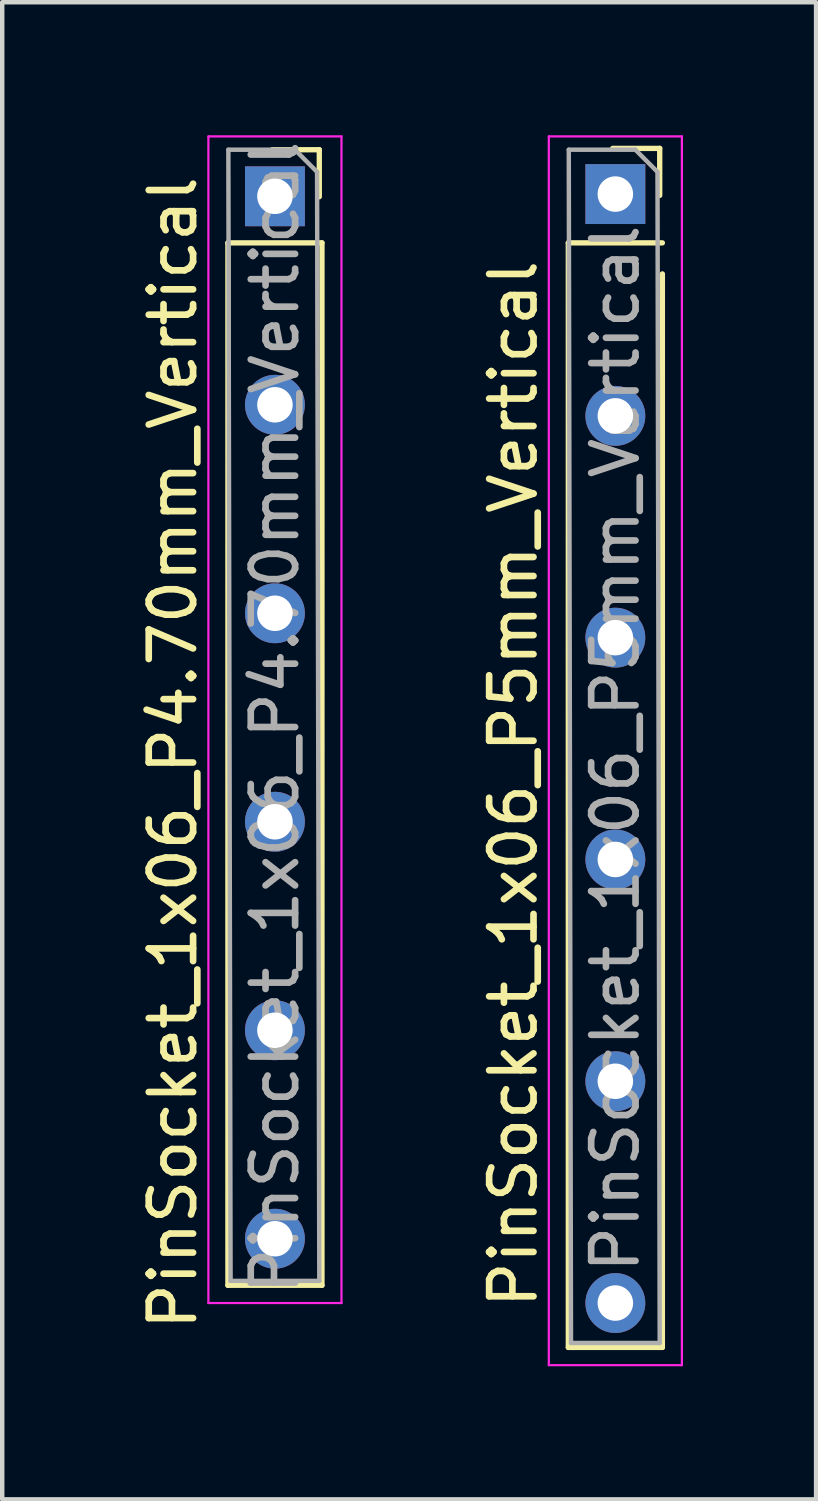
<source format=kicad_pcb>
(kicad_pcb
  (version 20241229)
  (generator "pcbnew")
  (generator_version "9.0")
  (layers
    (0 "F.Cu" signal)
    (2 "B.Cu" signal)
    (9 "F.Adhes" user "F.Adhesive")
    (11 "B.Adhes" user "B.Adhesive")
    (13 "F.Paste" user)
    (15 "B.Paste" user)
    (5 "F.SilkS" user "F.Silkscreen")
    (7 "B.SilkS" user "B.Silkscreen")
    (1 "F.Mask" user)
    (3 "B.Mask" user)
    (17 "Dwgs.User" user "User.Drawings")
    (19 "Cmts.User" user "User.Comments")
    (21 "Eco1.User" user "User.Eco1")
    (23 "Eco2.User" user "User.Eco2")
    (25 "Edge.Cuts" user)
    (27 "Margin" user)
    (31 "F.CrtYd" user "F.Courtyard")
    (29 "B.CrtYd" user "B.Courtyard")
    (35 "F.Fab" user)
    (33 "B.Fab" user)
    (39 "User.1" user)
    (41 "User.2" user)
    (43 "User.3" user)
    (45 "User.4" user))
  (footprint "PinSocket_1x06_P4.70mm_Vertical"
    (layer "F.Cu")
    (at 3.148 13.125)
    (property "Reference" "PinSocket_1x06_P4.70mm_Vertical" (at -2.3 0.8 90) (layer "F.SilkS") (effects (font (size 1 1) (thickness 0.15))))
    (attr through_hole)
    (fp_line (start -1.06 -10.7) (end -1.06 12.8) (stroke (width 0.12) (type solid)) (layer "F.SilkS"))
    (fp_line (start -1.06 -10.7) (end 1.06 -10.7) (stroke (width 0.12) (type solid)) (layer "F.SilkS"))
    (fp_line (start -1.06 12.8) (end 1.06 12.8) (stroke (width 0.12) (type solid)) (layer "F.SilkS"))
    (fp_line (start -0.06 -12.8) (end 1 -12.8) (stroke (width 0.12) (type solid)) (layer "F.SilkS"))
    (fp_line (start 1 -12.8) (end 1 -11.74) (stroke (width 0.12) (type solid)) (layer "F.SilkS"))
    (fp_line (start 1.06 -10.7) (end 1.06 12.8) (stroke (width 0.12) (type solid)) (layer "F.SilkS"))
    (fp_line (start -1.5 -13.1) (end 1.5 -13.1) (stroke (width 0.05) (type solid)) (layer "F.CrtYd"))
    (fp_line (start -1.5 13.2) (end -1.5 -13.1) (stroke (width 0.05) (type solid)) (layer "F.CrtYd"))
    (fp_line (start 1.5 -13.1) (end 1.5 13.2) (stroke (width 0.05) (type solid)) (layer "F.CrtYd"))
    (fp_line (start 1.5 13.2) (end -1.5 13.2) (stroke (width 0.05) (type solid)) (layer "F.CrtYd"))
    (fp_line (start -1.05 -12.8) (end 0.45 -12.8) (stroke (width 0.1) (type solid)) (layer "F.Fab"))
    (fp_line (start -1 12.7) (end -1.05 -12.8) (stroke (width 0.1) (type solid)) (layer "F.Fab"))
    (fp_line (start 0.45 -12.8) (end 0.95 -12.3) (stroke (width 0.1) (type solid)) (layer "F.Fab"))
    (fp_line (start 0.95 -12.3) (end 1 12.7) (stroke (width 0.1) (type solid)) (layer "F.Fab"))
    (fp_line (start 1 12.7) (end -1 12.7) (stroke (width 0.1) (type solid)) (layer "F.Fab"))
    (fp_text user "${REFERENCE}" (at 0 0 90) (layer "F.Fab") (effects (font (size 1 1) (thickness 0.15))))
    (pad "1" thru_hole rect (at 0 -11.75) (size 1.35 1.35) (drill 0.8) (layers "*.Cu" "*.Mask"))
    (pad "2" thru_hole oval (at 0 -7.05) (size 1.35 1.35) (drill 0.8) (layers "*.Cu" "*.Mask"))
    (pad "3" thru_hole oval (at 0 -2.35) (size 1.35 1.35) (drill 0.8) (layers "*.Cu" "*.Mask"))
    (pad "4" thru_hole oval (at 0 2.35) (size 1.35 1.35) (drill 0.8) (layers "*.Cu" "*.Mask"))
    (pad "5" thru_hole oval (at 0 7.05) (size 1.35 1.35) (drill 0.8) (layers "*.Cu" "*.Mask"))
    (pad "6" thru_hole oval (at 0 11.75) (size 1.35 1.35) (drill 0.8) (layers "*.Cu" "*.Mask")))
  (footprint "PinSocket_1x06_P5mm_Vertical"
    (layer "F.Cu")
    (at 10.822 13.825)
    (property "Reference" "PinSocket_1x06_P5mm_Vertical" (at -2.3 0.8 270) (layer "F.SilkS") (effects (font (size 1 1) (thickness 0.15))))
    (attr through_hole exclude_from_pos_files exclude_from_bom)
    (fp_line (start -1.06 -11.4) (end -1.06 13.5) (stroke (width 0.12) (type solid)) (layer "F.SilkS"))
    (fp_line (start -1.06 -11.4) (end 1.06 -11.4) (stroke (width 0.12) (type solid)) (layer "F.SilkS"))
    (fp_line (start -1.06 13.5) (end 1.06 13.5) (stroke (width 0.12) (type solid)) (layer "F.SilkS"))
    (fp_line (start -0.06 -13.53) (end 1 -13.53) (stroke (width 0.12) (type solid)) (layer "F.SilkS"))
    (fp_line (start 1 -13.53) (end 1 -12.47) (stroke (width 0.12) (type solid)) (layer "F.SilkS"))
    (fp_line (start 1.06 -10.7) (end 1.06 13.5) (stroke (width 0.12) (type solid)) (layer "F.SilkS"))
    (fp_line (start -1.5 -13.8) (end 1.5 -13.8) (stroke (width 0.05) (type solid)) (layer "F.CrtYd"))
    (fp_line (start -1.5 13.9) (end -1.5 -13.8) (stroke (width 0.05) (type solid)) (layer "F.CrtYd"))
    (fp_line (start 1.5 -13.8) (end 1.5 13.9) (stroke (width 0.05) (type solid)) (layer "F.CrtYd"))
    (fp_line (start 1.5 13.9) (end -1.5 13.9) (stroke (width 0.05) (type solid)) (layer "F.CrtYd"))
    (fp_line (start -1.05 -13.5) (end 0.45 -13.5) (stroke (width 0.1) (type solid)) (layer "F.Fab"))
    (fp_line (start -1 13.4) (end -1.05 -13.5) (stroke (width 0.1) (type solid)) (layer "F.Fab"))
    (fp_line (start 0.45 -13.5) (end 0.95 -13) (stroke (width 0.1) (type solid)) (layer "F.Fab"))
    (fp_line (start 0.95 -13) (end 1 13.4) (stroke (width 0.1) (type solid)) (layer "F.Fab"))
    (fp_line (start 1 13.4) (end -1 13.4) (stroke (width 0.1) (type solid)) (layer "F.Fab"))
    (fp_text user "${REFERENCE}" (at 0 0 270) (layer "F.Fab") (effects (font (size 1 1) (thickness 0.15))))
    (pad "1" thru_hole rect (at 0 -12.5) (size 1.35 1.35) (drill 0.8) (layers "*.Cu" "*.Mask"))
    (pad "2" thru_hole oval (at 0 -7.5) (size 1.35 1.35) (drill 0.8) (layers "*.Cu" "*.Mask"))
    (pad "3" thru_hole oval (at 0 -2.5) (size 1.35 1.35) (drill 0.8) (layers "*.Cu" "*.Mask"))
    (pad "4" thru_hole oval (at 0 2.5) (size 1.35 1.35) (drill 0.8) (layers "*.Cu" "*.Mask"))
    (pad "5" thru_hole oval (at 0 7.5) (size 1.35 1.35) (drill 0.8) (layers "*.Cu" "*.Mask"))
    (pad "6" thru_hole oval (at 0 12.5) (size 1.35 1.35) (drill 0.8) (layers "*.Cu" "*.Mask")))
  (gr_rect
    (start -3 -3)
    (end 15.347 30.75)
    (stroke (width 0.1) (type default))
    (fill no)
    (layer "Edge.Cuts")))
</source>
